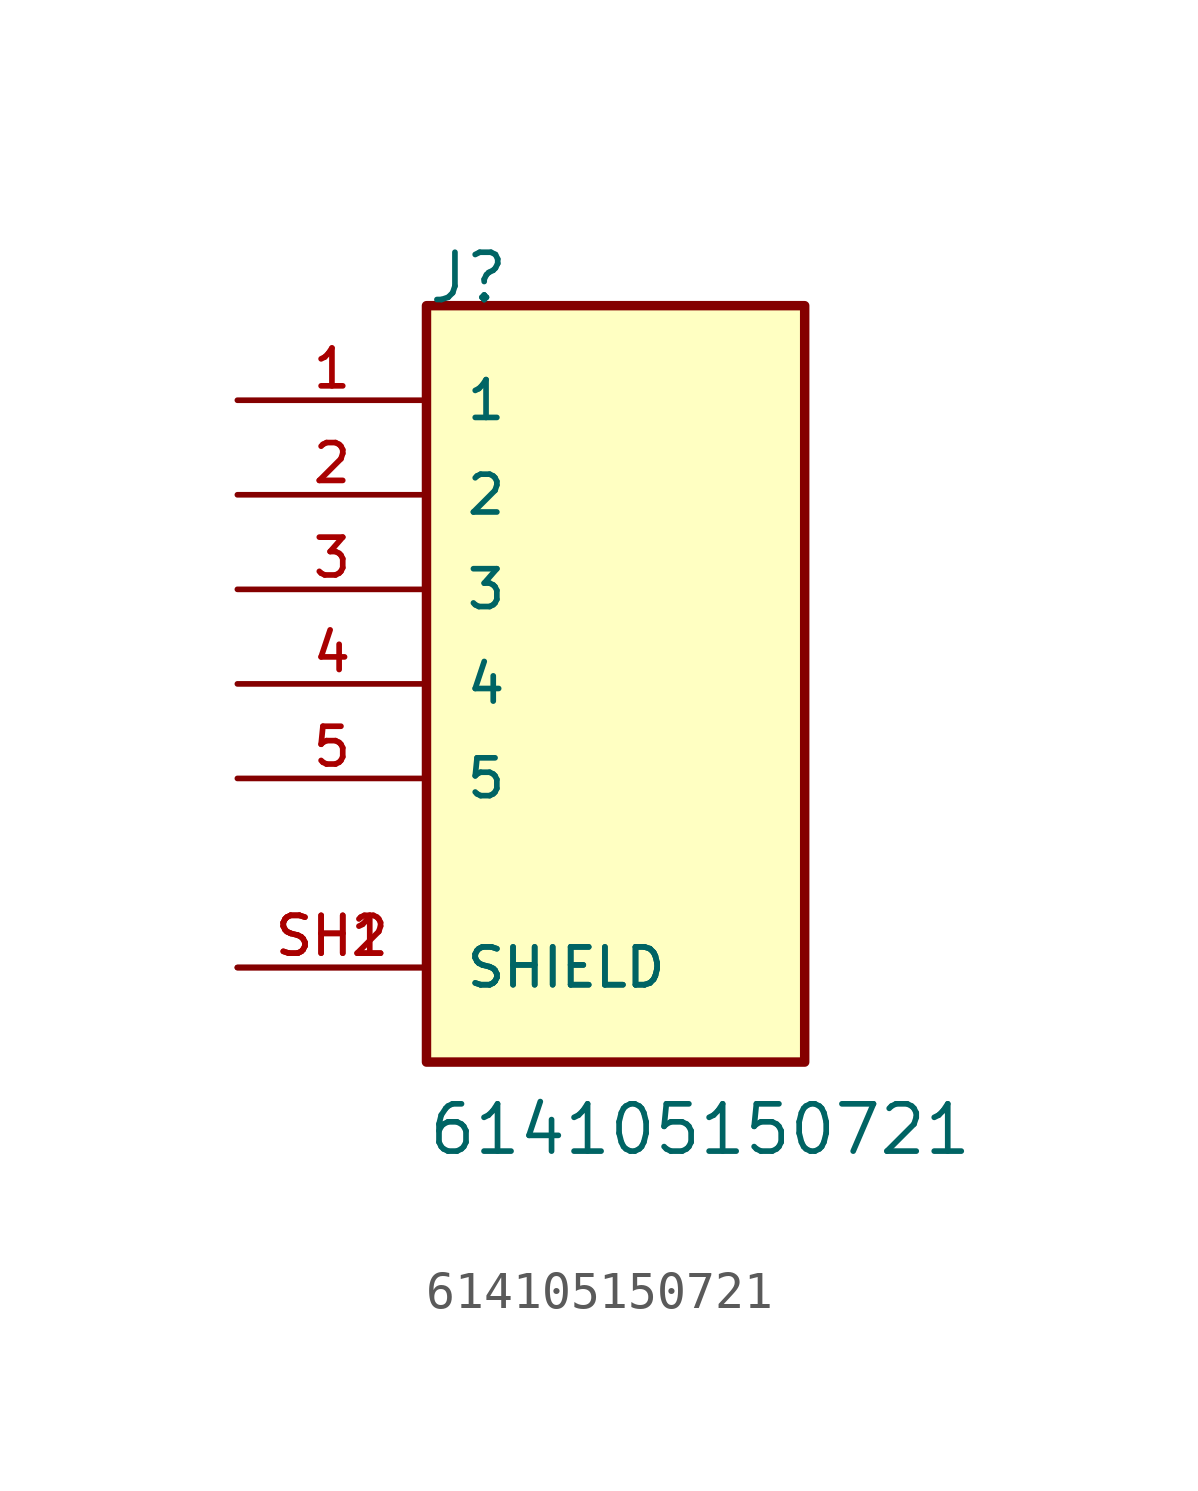
<source format=kicad_sym>
(kicad_symbol_lib
  (version 20211014)
  (generator kicad_symbol_editor)
  (symbol "614105150721"
    (pin_names
      (offset 1.016))
    (property "Reference" "J"
      (at -5.081 10.162 0)
      (effects (font (size 1.27 1.27)) (justify bottom left)))
    (property "Value" "614105150721"
      (at -5.086 -12.715 0)
      (effects (font (size 1.27 1.27)) (justify bottom left)))
    (symbol "614105150721_0_0"
      (rectangle (start -5.08 -10.16) (end 5.08 10.16) (stroke (width 0.254)) (fill (type background)))
      (pin passive line (at -10.16 7.62 0) (length 5.08) (name "1" (effects (font (size 1.016 1.016)))) (number "1" (effects (font (size 1.016 1.016)))))
      (pin passive line (at -10.16 5.08 0) (length 5.08) (name "2" (effects (font (size 1.016 1.016)))) (number "2" (effects (font (size 1.016 1.016)))))
      (pin passive line (at -10.16 2.54 0) (length 5.08) (name "3" (effects (font (size 1.016 1.016)))) (number "3" (effects (font (size 1.016 1.016)))))
      (pin passive line (at -10.16 0.0 0) (length 5.08) (name "4" (effects (font (size 1.016 1.016)))) (number "4" (effects (font (size 1.016 1.016)))))
      (pin passive line (at -10.16 -2.54 0) (length 5.08) (name "5" (effects (font (size 1.016 1.016)))) (number "5" (effects (font (size 1.016 1.016)))))
      (pin passive line (at -10.16 -7.62 0) (length 5.08) (name "SHIELD" (effects (font (size 1.016 1.016)))) (number "SH1" (effects (font (size 1.016 1.016)))))
      (pin passive line (at -10.16 -7.62 0) (length 5.08) (name "SHIELD" (effects (font (size 1.016 1.016)))) (number "SH2" (effects (font (size 1.016 1.016))))))))
</source>
